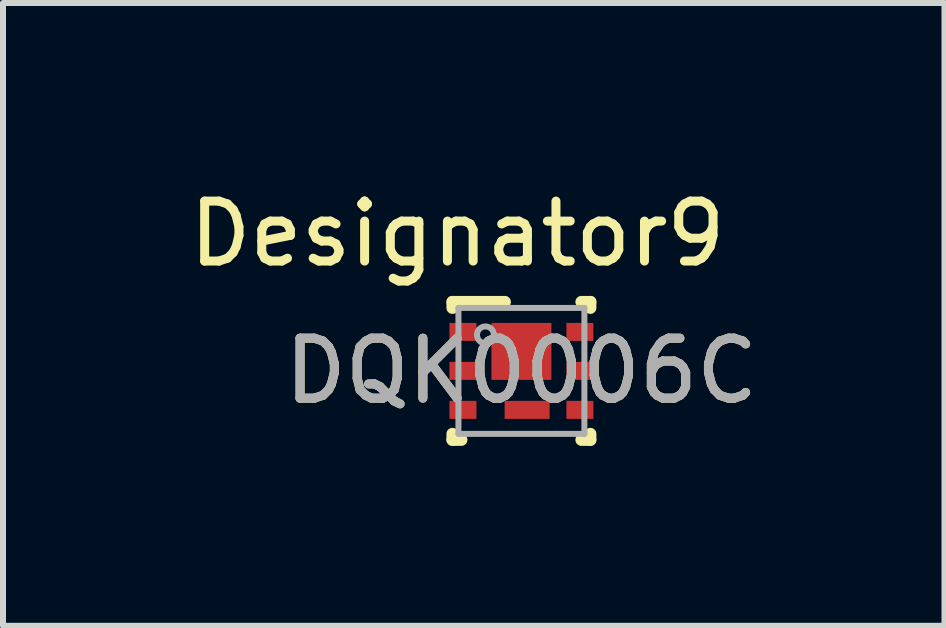
<source format=kicad_pcb>
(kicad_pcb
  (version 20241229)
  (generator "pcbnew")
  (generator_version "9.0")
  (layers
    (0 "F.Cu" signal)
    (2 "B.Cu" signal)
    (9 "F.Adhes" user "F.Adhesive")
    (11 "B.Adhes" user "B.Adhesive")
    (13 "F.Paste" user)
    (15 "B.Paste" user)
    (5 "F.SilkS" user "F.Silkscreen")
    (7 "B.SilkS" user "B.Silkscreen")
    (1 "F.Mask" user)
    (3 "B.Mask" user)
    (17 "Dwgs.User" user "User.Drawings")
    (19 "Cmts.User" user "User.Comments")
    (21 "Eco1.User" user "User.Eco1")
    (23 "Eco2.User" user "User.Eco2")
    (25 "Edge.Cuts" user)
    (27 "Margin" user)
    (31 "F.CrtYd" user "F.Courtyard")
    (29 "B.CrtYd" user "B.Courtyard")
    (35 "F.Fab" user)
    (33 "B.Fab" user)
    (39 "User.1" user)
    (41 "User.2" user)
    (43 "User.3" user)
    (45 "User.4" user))
  (footprint "DQK0006C"
    (layer "F.Cu")
    (at 5.644 3.134)
    (property "Reference" "DQK0006C" (at 0 0 0) (unlocked yes) (layer "F.SilkS") (effects (font (size 1 1) (thickness 0.15))))
    (attr smd)
    (fp_line (start -1.15 -1.15) (end -0.275 -1.15) (stroke (width 0.2) (type solid)) (layer "F.SilkS"))
    (fp_line (start -1.15 -1.05) (end -1.15 -1.15) (stroke (width 0.2) (type solid)) (layer "F.SilkS"))
    (fp_line (start -1.15 1.15) (end -1.15 1.05) (stroke (width 0.2) (type solid)) (layer "F.SilkS"))
    (fp_line (start -1.15 1.15) (end -1 1.15) (stroke (width 0.2) (type solid)) (layer "F.SilkS"))
    (fp_line (start 1 -1.15) (end 1.15 -1.15) (stroke (width 0.2) (type solid)) (layer "F.SilkS"))
    (fp_line (start 1 1.15) (end 1.15 1.15) (stroke (width 0.2) (type solid)) (layer "F.SilkS"))
    (fp_line (start 1.15 -1.05) (end 1.15 -1.15) (stroke (width 0.2) (type solid)) (layer "F.SilkS"))
    (fp_line (start 1.15 1.15) (end 1.15 1.05) (stroke (width 0.2) (type solid)) (layer "F.SilkS"))
    (fp_poly (pts (xy -0.45 0.053) (xy -0.45 -0.703) (xy -0.449 -0.713) (xy -0.446 -0.723) (xy -0.441 -0.732) (xy -0.435 -0.74) (xy -0.427 -0.746) (xy -0.418 -0.751) (xy -0.408 -0.754) (xy -0.398 -0.755) (xy 0.398 -0.755) (xy 0.408 -0.754) (xy 0.418 -0.751) (xy 0.427 -0.746) (xy 0.435 -0.74) (xy 0.441 -0.732) (xy 0.446 -0.723) (xy 0.449 -0.713) (xy 0.45 -0.703) (xy 0.45 0.053) (xy 0.449 0.063) (xy 0.446 0.073) (xy 0.441 0.082) (xy 0.435 0.09) (xy 0.427 0.096) (xy 0.418 0.101) (xy 0.408 0.104) (xy 0.398 0.105) (xy -0.398 0.105) (xy -0.408 0.104) (xy -0.418 0.101) (xy -0.427 0.096) (xy -0.435 0.09) (xy -0.441 0.082) (xy -0.446 0.073) (xy -0.449 0.063)) (stroke (width 0) (type solid)) (fill yes) (layer "F.Paste"))
    (fp_poly (pts (xy -0.255 0.746) (xy -0.255 0.554) (xy -0.254 0.545) (xy -0.251 0.535) (xy -0.247 0.527) (xy -0.241 0.519) (xy -0.233 0.513) (xy -0.225 0.509) (xy -0.215 0.506) (xy -0.206 0.505) (xy 0.396 0.505) (xy 0.405 0.506) (xy 0.415 0.509) (xy 0.423 0.513) (xy 0.431 0.519) (xy 0.437 0.527) (xy 0.441 0.535) (xy 0.444 0.545) (xy 0.445 0.554) (xy 0.445 0.746) (xy 0.444 0.755) (xy 0.441 0.765) (xy 0.437 0.773) (xy 0.431 0.781) (xy 0.423 0.787) (xy 0.415 0.791) (xy 0.405 0.794) (xy 0.396 0.795) (xy -0.206 0.795) (xy -0.215 0.794) (xy -0.225 0.791) (xy -0.233 0.787) (xy -0.241 0.781) (xy -0.247 0.773) (xy -0.251 0.765) (xy -0.254 0.755)) (stroke (width 0) (type solid)) (fill yes) (layer "F.Paste"))
    (fp_line (start -1.05 -1.05) (end 1.05 -1.05) (stroke (width 0.1) (type solid)) (layer "F.Fab"))
    (fp_line (start -1.05 1.05) (end -1.05 -1.05) (stroke (width 0.1) (type solid)) (layer "F.Fab"))
    (fp_line (start -1.05 1.05) (end 1.05 1.05) (stroke (width 0.1) (type solid)) (layer "F.Fab"))
    (fp_line (start 1.05 1.05) (end 1.05 -1.05) (stroke (width 0.1) (type solid)) (layer "F.Fab"))
    (fp_circle (center -0.6 -0.6) (end -0.459 -0.6) (stroke (width 0.1) (type solid)) (fill no) (layer "F.Fab"))
    (fp_text user "Designator9" (at -1.067 -2.286 0) (unlocked yes) (layer "F.SilkS") (effects (font (size 1 1) (thickness 0.15))))
    (fp_text user "${REFERENCE}" (at 0 0 0) (unlocked yes) (layer "F.Fab") (effects (font (size 1 1) (thickness 0.15))))
    (pad "1" smd rect (at -0.975 -0.65) (size 0.45 0.3) (layers "F.Cu" "F.Mask" "F.Paste"))
    (pad "2" smd rect (at -0.975 0) (size 0.45 0.3) (layers "F.Cu" "F.Mask" "F.Paste"))
    (pad "3" smd rect (at -0.975 0.65) (size 0.45 0.3) (layers "F.Cu" "F.Mask" "F.Paste"))
    (pad "4" smd rect (at 0.975 0.65) (size 0.45 0.3) (layers "F.Cu" "F.Mask" "F.Paste"))
    (pad "5" smd rect (at 0.975 0) (size 0.45 0.3) (layers "F.Cu" "F.Mask" "F.Paste"))
    (pad "6" smd rect (at 0.975 -0.65) (size 0.45 0.3) (layers "F.Cu" "F.Mask" "F.Paste"))
    (pad "7" smd rect (at 0.095 0.65) (size 0.75 0.3) (layers "F.Cu" "F.Mask"))
    (pad "8" smd rect (at 0 -0.325) (size 1 0.95) (layers "F.Cu" "F.Mask")))
  (gr_rect
    (start -3 -3)
    (end 12.698 7.384)
    (stroke (width 0.1) (type default))
    (fill no)
    (layer "Edge.Cuts")))
</source>
